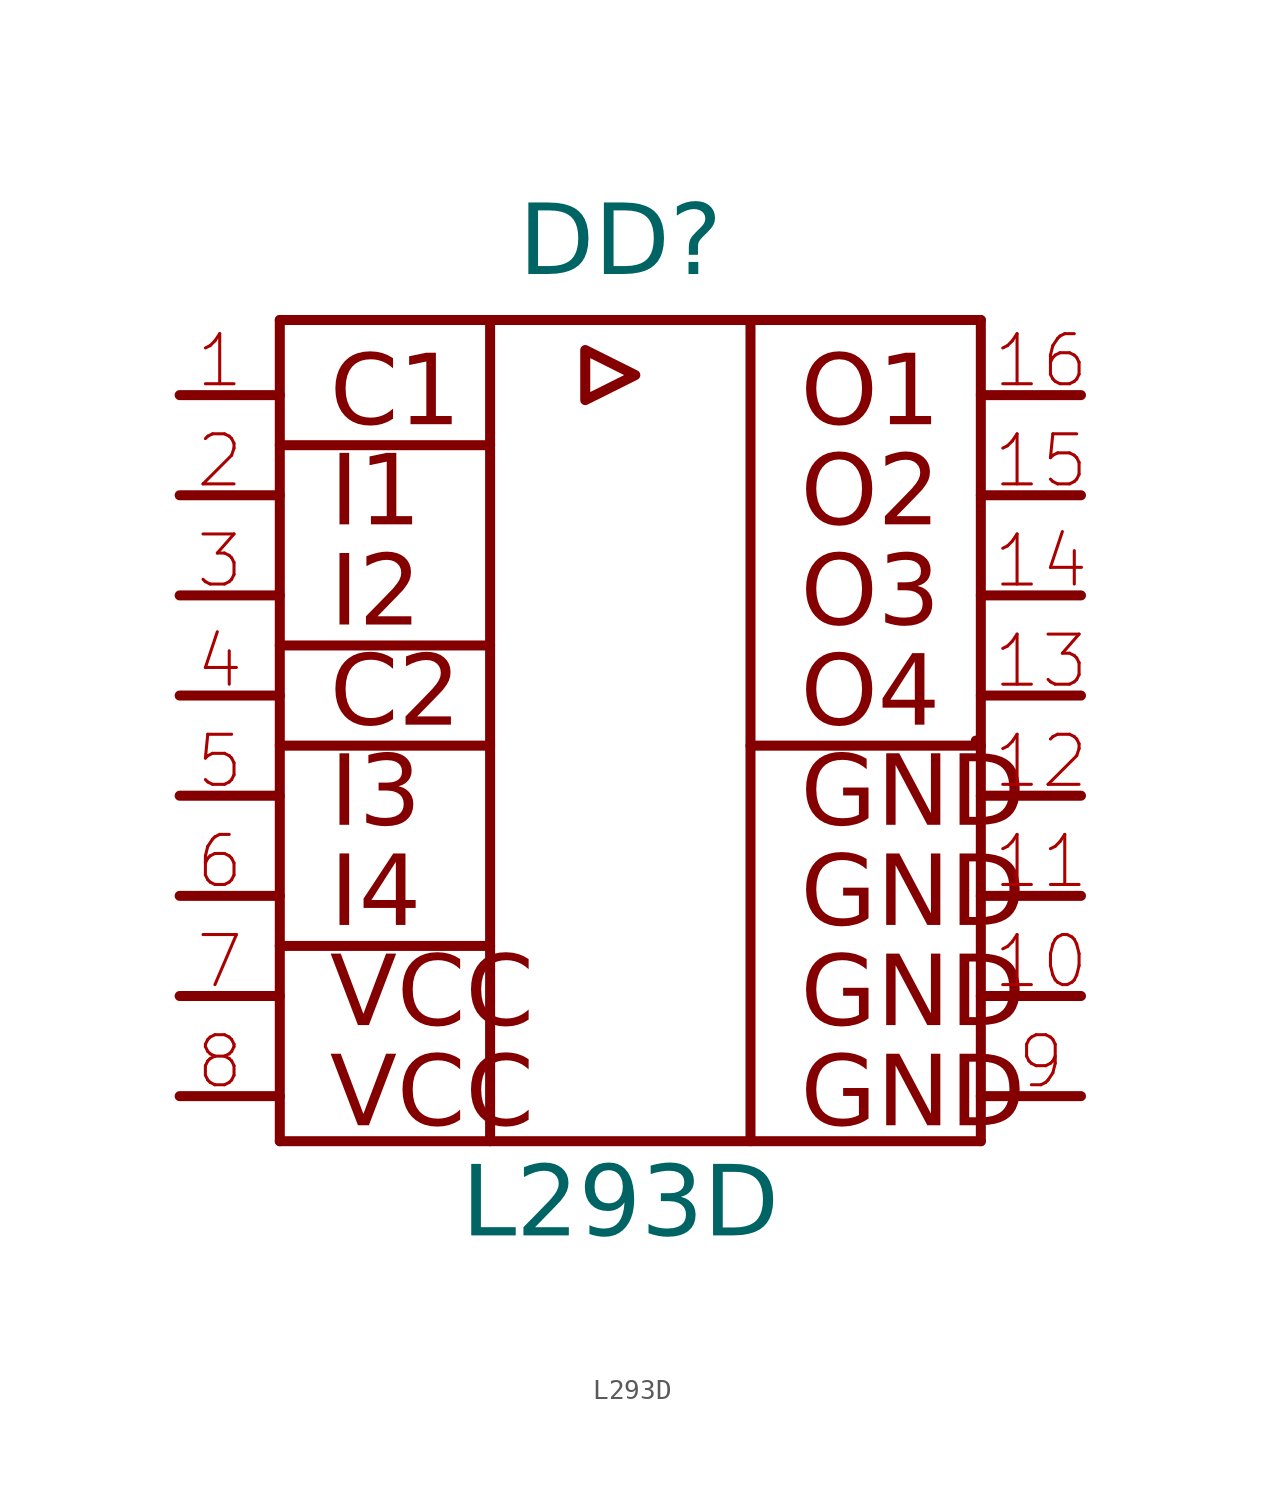
<source format=kicad_sym>
(kicad_symbol_lib
  (version 20241209)
  (generator "kicad_symbol_editor")
  (generator_version "9.0")
  (symbol "L293D"
    (pin_names
      (offset 0.5))
    (property "Reference" "DD"
      (at 22 7.5 0)
      (effects (font (face "GOST type A") (size 3.5 3.5))))
    (property "Value" "L293D"
      (at 22 -40.5 0)
      (effects (font (face "GOST type A") (size 3.5 3.5))))
    (symbol "L293D_0_1"
      (polyline (pts (xy 0 -25) (xy 5 -25)) (stroke (width 0.5) (type solid)) (fill (type none)))
      (polyline (pts (xy 0 -30) (xy 5 -30)) (stroke (width 0.5) (type solid)) (fill (type none)))
      (polyline (pts (xy 0 -35) (xy 5 -35)) (stroke (width 0.5) (type solid)) (fill (type none)))
      (polyline (pts (xy 5 3.75) (xy 5 -37.25)) (stroke (width 0.5) (type default)) (fill (type none)))
      (polyline (pts (xy 5 0) (xy 0 0)) (stroke (width 0.5) (type default)) (fill (type none)))
      (polyline (pts (xy 5 -12.5) (xy 15.5 -12.5)) (stroke (width 0.5) (type solid)) (fill (type none)))
      (polyline (pts (xy 5 -17.5) (xy 15.5 -17.5)) (stroke (width 0.5) (type solid)) (fill (type none)))
      (polyline (pts (xy 5 -27.5) (xy 15.5 -27.5)) (stroke (width 0.5) (type solid)) (fill (type none))))
    (symbol "L293D_1_1"
      (polyline (pts (xy 0 -20) (xy 5 -20)) (stroke (width 0.5) (type solid)) (fill (type none)))
      (polyline (pts (xy 5 3.75) (xy 40 3.75)) (stroke (width 0.5) (type solid)) (fill (type none)))
      (polyline (pts (xy 5 -2.5) (xy 15.5 -2.5)) (stroke (width 0.5) (type solid)) (fill (type none)))
      (polyline (pts (xy 5 -5) (xy 0 -5)) (stroke (width 0.5) (type solid)) (fill (type none)))
      (polyline (pts (xy 5 -10) (xy 0 -10)) (stroke (width 0.5) (type solid)) (fill (type none)))
      (polyline (pts (xy 5 -15) (xy 0 -15)) (stroke (width 0.5) (type solid)) (fill (type none)))
      (polyline (pts (xy 5 -37.25) (xy 40 -37.25)) (stroke (width 0.5) (type solid)) (fill (type none)))
      (polyline (pts (xy 15.5 3.75) (xy 15.5 -37.25)) (stroke (width 0.5) (type solid)) (fill (type none)))
      (polyline (pts (xy 20.25 2.25) (xy 20.25 -0.25) (xy 22.75 1) (xy 20.25 2.25)) (stroke (width 0.5) (type default)) (fill (type none)))
      (polyline (pts (xy 28.5 3.75) (xy 28.5 -37.25)) (stroke (width 0.5) (type solid)) (fill (type none)))
      (polyline (pts (xy 39.75 -17.25) (xy 39.75 -17.25)) (stroke (width 0.5) (type solid)) (fill (type none)))
      (polyline (pts (xy 40 3.75) (xy 40 -37.25)) (stroke (width 0.5) (type solid)) (fill (type none)))
      (polyline (pts (xy 40 0) (xy 45 0)) (stroke (width 0.5) (type solid)) (fill (type none)))
      (polyline (pts (xy 40 -5) (xy 45 -5)) (stroke (width 0.5) (type solid)) (fill (type none)))
      (polyline (pts (xy 40 -10) (xy 45 -10)) (stroke (width 0.5) (type solid)) (fill (type none)))
      (polyline (pts (xy 40 -15) (xy 45 -15)) (stroke (width 0.5) (type solid)) (fill (type none)))
      (polyline (pts (xy 40 -17.5) (xy 28.5 -17.5)) (stroke (width 0.5) (type solid)) (fill (type none)))
      (polyline (pts (xy 40 -20) (xy 45 -20)) (stroke (width 0.5) (type solid)) (fill (type none)))
      (polyline (pts (xy 40 -25) (xy 45 -25)) (stroke (width 0.5) (type solid)) (fill (type none)))
      (polyline (pts (xy 40 -30) (xy 45 -30)) (stroke (width 0.5) (type solid)) (fill (type none)))
      (polyline (pts (xy 40 -35) (xy 45 -35)) (stroke (width 0.5) (type solid)) (fill (type none)))
      (text "C1" (at 7.5 0 0) (effects (font (face "GOST type A") (size 3.5 3.5)) (justify left)))
      (text "I1" (at 7.5 -5 0) (effects (font (face "GOST type A") (size 3.5 3.5)) (justify left)))
      (text "I2" (at 7.5 -10 0) (effects (font (face "GOST type A") (size 3.5 3.5)) (justify left)))
      (text "C2" (at 7.5 -15 0) (effects (font (face "GOST type A") (size 3.5 3.5)) (justify left)))
      (text "I3" (at 7.5 -20 0) (effects (font (face "GOST type A") (size 3.5 3.5)) (justify left)))
      (text "I4" (at 7.5 -25 0) (effects (font (face "GOST type A") (size 3.5 3.5)) (justify left)))
      (text "VCC" (at 7.5 -30 0) (effects (font (face "GOST type A") (size 3.5 3.5)) (justify left)))
      (text "VCC" (at 7.5 -35 0) (effects (font (face "GOST type A") (size 3.5 3.5)) (justify left)))
      (text "O1" (at 31 0 0) (effects (font (face "GOST type A") (size 3.5 3.5)) (justify left)))
      (text "O2" (at 31 -5 0) (effects (font (face "GOST type A") (size 3.5 3.5)) (justify left)))
      (text "O3" (at 31 -10 0) (effects (font (face "GOST type A") (size 3.5 3.5)) (justify left)))
      (text "O4" (at 31 -15 0) (effects (font (face "GOST type A") (size 3.5 3.5)) (justify left)))
      (text "GND" (at 31 -20 0) (effects (font (face "GOST type A") (size 3.5 3.5)) (justify left)))
      (text "GND" (at 31 -25 0) (effects (font (face "GOST type A") (size 3.5 3.5)) (justify left)))
      (text "GND" (at 31 -30 0) (effects (font (face "GOST type A") (size 3.5 3.5)) (justify left)))
      (text "GND" (at 31 -35 0) (effects (font (face "GOST type A") (size 3.5 3.5)) (justify left)))
      (pin input line (at 0 0 0) (length 4) (name "" (effects (font (size 2.5 2.5)))) (number "1" (effects (font (size 2.5 2.5)))))
      (pin input line (at 0 -5 0) (length 4) (name "" (effects (font (size 2.5 2.5)))) (number "2" (effects (font (size 2.5 2.5)))))
      (pin input line (at 0 -10 0) (length 4) (name "" (effects (font (size 2.5 2.5)))) (number "3" (effects (font (size 2.5 2.5)))))
      (pin input line (at 0 -15 0) (length 4) (name "" (effects (font (size 2.5 2.5)))) (number "4" (effects (font (size 2.5 2.5)))))
      (pin input line (at 0 -20 0) (length 4) (name "" (effects (font (size 2.5 2.5)))) (number "5" (effects (font (size 2.5 2.5)))))
      (pin input line (at 0 -25 0) (length 4) (name "" (effects (font (size 2.5 2.5)))) (number "6" (effects (font (size 2.5 2.5)))))
      (pin power_in line (at 0 -30 0) (length 4) (name "" (effects (font (size 2.5 2.5)))) (number "7" (effects (font (size 2.5 2.5)))))
      (pin power_in line (at 0 -35 0) (length 4) (name "" (effects (font (size 2.5 2.5)))) (number "8" (effects (font (size 2.5 2.5)))))
      (pin output line (at 45 0 180) (length 4) (name "" (effects (font (size 2.5 2.5)))) (number "16" (effects (font (size 2.5 2.5)))))
      (pin output line (at 45 -5 180) (length 4) (name "" (effects (font (size 2.5 2.5)))) (number "15" (effects (font (size 2.5 2.5)))))
      (pin output line (at 45 -10 180) (length 4) (name "" (effects (font (size 2.5 2.5)))) (number "14" (effects (font (size 2.5 2.5)))))
      (pin output line (at 45 -15 180) (length 4) (name "" (effects (font (size 2.5 2.5)))) (number "13" (effects (font (size 2.5 2.5)))))
      (pin power_in line (at 45 -20 180) (length 4) (name "" (effects (font (size 2.5 2.5)))) (number "12" (effects (font (size 2.5 2.5)))))
      (pin power_in line (at 45 -25 180) (length 4) (name "" (effects (font (size 2.5 2.5)))) (number "11" (effects (font (size 2.5 2.5)))))
      (pin power_in line (at 45 -30 180) (length 4) (name "" (effects (font (size 2.5 2.5)))) (number "10" (effects (font (size 2.5 2.5)))))
      (pin power_in line (at 45 -35 180) (length 4) (name "" (effects (font (size 2.5 2.5)))) (number "9" (effects (font (size 2.5 2.5))))))))
</source>
